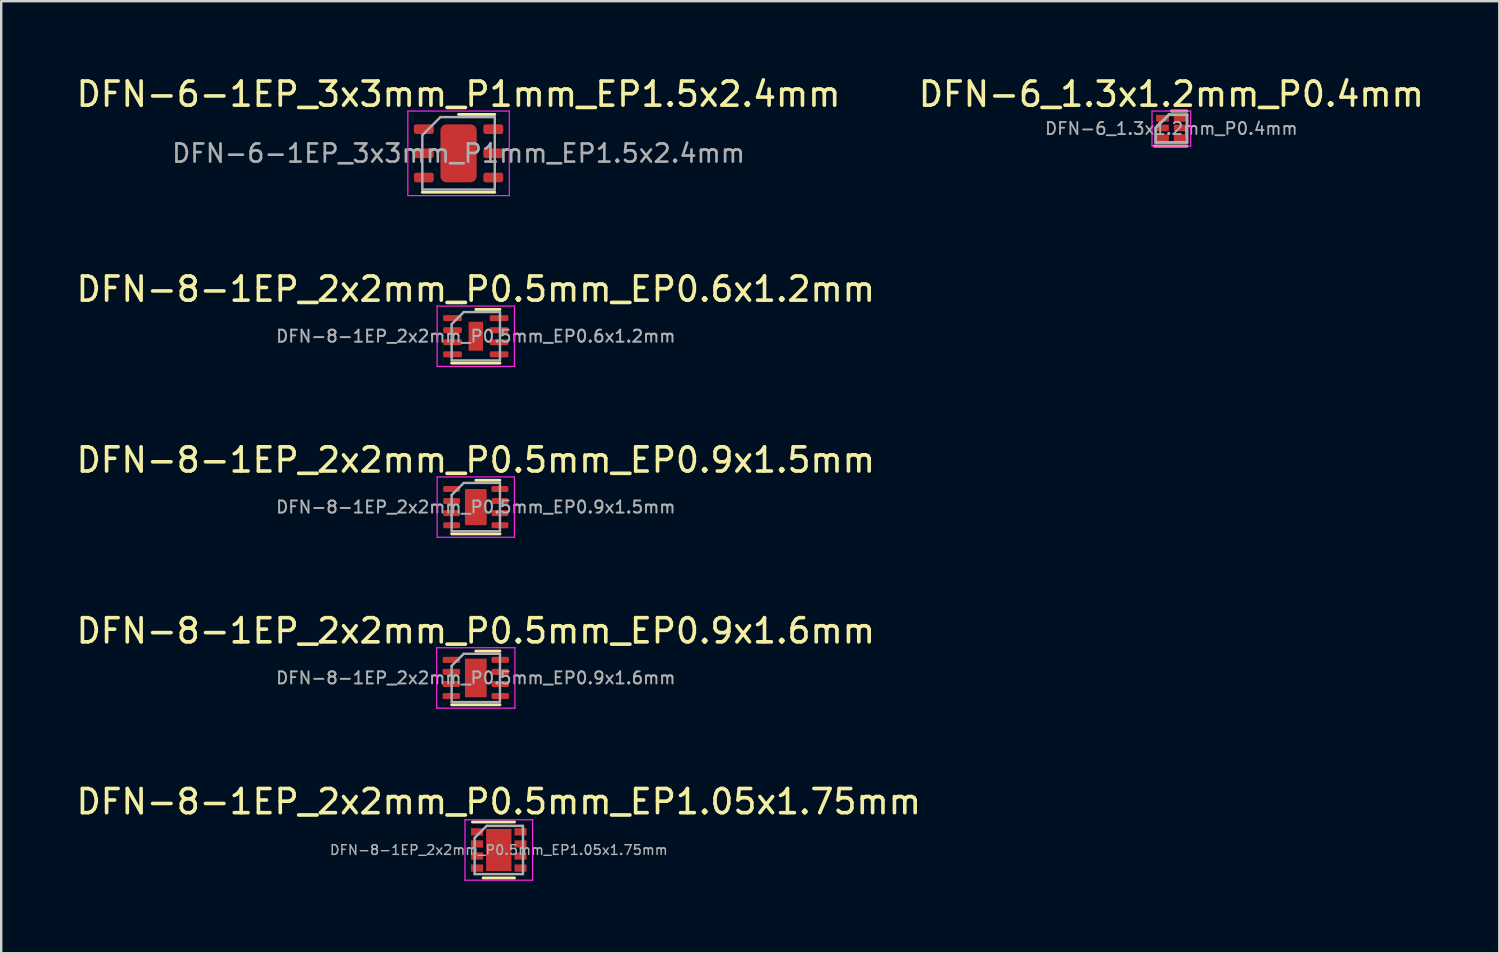
<source format=kicad_pcb>
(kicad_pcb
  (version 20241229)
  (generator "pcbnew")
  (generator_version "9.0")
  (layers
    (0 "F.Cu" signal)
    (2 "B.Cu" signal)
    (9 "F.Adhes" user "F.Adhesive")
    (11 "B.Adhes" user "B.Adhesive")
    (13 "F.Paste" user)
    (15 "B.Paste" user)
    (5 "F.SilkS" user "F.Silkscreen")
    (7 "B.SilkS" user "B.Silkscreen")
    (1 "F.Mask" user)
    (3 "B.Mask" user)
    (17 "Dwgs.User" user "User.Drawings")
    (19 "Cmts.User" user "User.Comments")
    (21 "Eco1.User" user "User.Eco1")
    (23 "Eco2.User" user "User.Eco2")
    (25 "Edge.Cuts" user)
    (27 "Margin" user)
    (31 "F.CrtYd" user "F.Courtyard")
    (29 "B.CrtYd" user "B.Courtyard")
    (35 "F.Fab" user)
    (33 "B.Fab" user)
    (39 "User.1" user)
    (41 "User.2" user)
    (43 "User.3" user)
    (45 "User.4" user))
  (footprint "DFN-8-1EP_2x2mm_P0.5mm_EP0.9x1.6mm"
    (layer "F.Cu")
    (at 16.649 25.018)
    (property "Reference" "DFN-8-1EP_2x2mm_P0.5mm_EP0.9x1.6mm" (at 0 -1.95 0) (layer "F.SilkS") (effects (font (size 1 1) (thickness 0.15))))
    (attr smd)
    (fp_line (start -1 1.11) (end 1 1.11) (stroke (width 0.12) (type solid)) (layer "F.SilkS"))
    (fp_line (start 0 -1.11) (end 1 -1.11) (stroke (width 0.12) (type solid)) (layer "F.SilkS"))
    (fp_line (start -1.62 -1.25) (end -1.62 1.25) (stroke (width 0.05) (type solid)) (layer "F.CrtYd"))
    (fp_line (start -1.62 1.25) (end 1.62 1.25) (stroke (width 0.05) (type solid)) (layer "F.CrtYd"))
    (fp_line (start 1.62 -1.25) (end -1.62 -1.25) (stroke (width 0.05) (type solid)) (layer "F.CrtYd"))
    (fp_line (start 1.62 1.25) (end 1.62 -1.25) (stroke (width 0.05) (type solid)) (layer "F.CrtYd"))
    (fp_line (start -1 -0.5) (end -0.5 -1) (stroke (width 0.1) (type solid)) (layer "F.Fab"))
    (fp_line (start -1 1) (end -1 -0.5) (stroke (width 0.1) (type solid)) (layer "F.Fab"))
    (fp_line (start -0.5 -1) (end 1 -1) (stroke (width 0.1) (type solid)) (layer "F.Fab"))
    (fp_line (start 1 -1) (end 1 1) (stroke (width 0.1) (type solid)) (layer "F.Fab"))
    (fp_line (start 1 1) (end -1 1) (stroke (width 0.1) (type solid)) (layer "F.Fab"))
    (fp_text user "${REFERENCE}" (at 0 0 0) (layer "F.Fab") (effects (font (size 0.5 0.5) (thickness 0.08))))
    (pad "" smd roundrect (at 0 0) (size 0.73 1.29) (layers "F.Paste") (roundrect_rratio 0.25))
    (pad "1" smd roundrect (at -1.012 -0.75) (size 0.725 0.25) (layers "F.Cu" "F.Mask" "F.Paste") (roundrect_rratio 0.25))
    (pad "2" smd roundrect (at -1.012 -0.25) (size 0.725 0.25) (layers "F.Cu" "F.Mask" "F.Paste") (roundrect_rratio 0.25))
    (pad "3" smd roundrect (at -1.012 0.25) (size 0.725 0.25) (layers "F.Cu" "F.Mask" "F.Paste") (roundrect_rratio 0.25))
    (pad "4" smd roundrect (at -1.012 0.75) (size 0.725 0.25) (layers "F.Cu" "F.Mask" "F.Paste") (roundrect_rratio 0.25))
    (pad "5" smd roundrect (at 1.012 0.75) (size 0.725 0.25) (layers "F.Cu" "F.Mask" "F.Paste") (roundrect_rratio 0.25))
    (pad "6" smd roundrect (at 1.012 0.25) (size 0.725 0.25) (layers "F.Cu" "F.Mask" "F.Paste") (roundrect_rratio 0.25))
    (pad "7" smd roundrect (at 1.012 -0.25) (size 0.725 0.25) (layers "F.Cu" "F.Mask" "F.Paste") (roundrect_rratio 0.25))
    (pad "8" smd roundrect (at 1.012 -0.75) (size 0.725 0.25) (layers "F.Cu" "F.Mask" "F.Paste") (roundrect_rratio 0.25))
    (pad "9" smd rect (at 0 0) (size 0.9 1.6) (layers "F.Cu" "F.Mask")))
  (footprint "DFN-8-1EP_2x2mm_P0.5mm_EP0.6x1.2mm"
    (layer "F.Cu")
    (at 16.649 10.871)
    (property "Reference" "DFN-8-1EP_2x2mm_P0.5mm_EP0.6x1.2mm" (at 0 -1.95 0) (layer "F.SilkS") (effects (font (size 1 1) (thickness 0.15))))
    (attr smd)
    (fp_line (start -1 1.11) (end 1 1.11) (stroke (width 0.12) (type solid)) (layer "F.SilkS"))
    (fp_line (start 0 -1.11) (end 1 -1.11) (stroke (width 0.12) (type solid)) (layer "F.SilkS"))
    (fp_line (start -1.6 -1.25) (end -1.6 1.25) (stroke (width 0.05) (type solid)) (layer "F.CrtYd"))
    (fp_line (start -1.6 1.25) (end 1.6 1.25) (stroke (width 0.05) (type solid)) (layer "F.CrtYd"))
    (fp_line (start 1.6 -1.25) (end -1.6 -1.25) (stroke (width 0.05) (type solid)) (layer "F.CrtYd"))
    (fp_line (start 1.6 1.25) (end 1.6 -1.25) (stroke (width 0.05) (type solid)) (layer "F.CrtYd"))
    (fp_line (start -1 -0.5) (end -0.5 -1) (stroke (width 0.1) (type solid)) (layer "F.Fab"))
    (fp_line (start -1 1) (end -1 -0.5) (stroke (width 0.1) (type solid)) (layer "F.Fab"))
    (fp_line (start -0.5 -1) (end 1 -1) (stroke (width 0.1) (type solid)) (layer "F.Fab"))
    (fp_line (start 1 -1) (end 1 1) (stroke (width 0.1) (type solid)) (layer "F.Fab"))
    (fp_line (start 1 1) (end -1 1) (stroke (width 0.1) (type solid)) (layer "F.Fab"))
    (fp_text user "${REFERENCE}" (at 0 0 0) (layer "F.Fab") (effects (font (size 0.5 0.5) (thickness 0.08))))
    (pad "" smd roundrect (at -0.15 -0.3) (size 0.24 0.48) (layers "F.Paste") (roundrect_rratio 0.25))
    (pad "" smd roundrect (at -0.15 0.3) (size 0.24 0.48) (layers "F.Paste") (roundrect_rratio 0.25))
    (pad "" smd roundrect (at 0.15 -0.3) (size 0.24 0.48) (layers "F.Paste") (roundrect_rratio 0.25))
    (pad "" smd roundrect (at 0.15 0.3) (size 0.24 0.48) (layers "F.Paste") (roundrect_rratio 0.25))
    (pad "1" smd roundrect (at -0.963 -0.75) (size 0.775 0.25) (layers "F.Cu" "F.Mask" "F.Paste") (roundrect_rratio 0.25))
    (pad "2" smd roundrect (at -0.963 -0.25) (size 0.775 0.25) (layers "F.Cu" "F.Mask" "F.Paste") (roundrect_rratio 0.25))
    (pad "3" smd roundrect (at -0.963 0.25) (size 0.775 0.25) (layers "F.Cu" "F.Mask" "F.Paste") (roundrect_rratio 0.25))
    (pad "4" smd roundrect (at -0.963 0.75) (size 0.775 0.25) (layers "F.Cu" "F.Mask" "F.Paste") (roundrect_rratio 0.25))
    (pad "5" smd roundrect (at 0.963 0.75) (size 0.775 0.25) (layers "F.Cu" "F.Mask" "F.Paste") (roundrect_rratio 0.25))
    (pad "6" smd roundrect (at 0.963 0.25) (size 0.775 0.25) (layers "F.Cu" "F.Mask" "F.Paste") (roundrect_rratio 0.25))
    (pad "7" smd roundrect (at 0.963 -0.25) (size 0.775 0.25) (layers "F.Cu" "F.Mask" "F.Paste") (roundrect_rratio 0.25))
    (pad "8" smd roundrect (at 0.963 -0.75) (size 0.775 0.25) (layers "F.Cu" "F.Mask" "F.Paste") (roundrect_rratio 0.25))
    (pad "9" smd rect (at 0 0) (size 0.6 1.2) (layers "F.Cu" "F.Mask")))
  (footprint "DFN-6_1.3x1.2mm_P0.4mm"
    (layer "F.Cu")
    (at 45.446 2.248)
    (property "Reference" "DFN-6_1.3x1.2mm_P0.4mm" (at 0 -1.4 0) (layer "F.SilkS") (effects (font (size 1 1) (thickness 0.15))))
    (attr smd)
    (fp_line (start -0.7 0.75) (end 0.65 0.75) (stroke (width 0.12) (type solid)) (layer "F.SilkS"))
    (fp_line (start 0 -0.7) (end 0.65 -0.7) (stroke (width 0.12) (type solid)) (layer "F.SilkS"))
    (fp_line (start -0.8 -0.7) (end -0.8 0.75) (stroke (width 0.05) (type solid)) (layer "F.CrtYd"))
    (fp_line (start -0.8 -0.7) (end 0.8 -0.7) (stroke (width 0.05) (type solid)) (layer "F.CrtYd"))
    (fp_line (start 0.8 0.75) (end -0.8 0.75) (stroke (width 0.05) (type solid)) (layer "F.CrtYd"))
    (fp_line (start 0.8 0.75) (end 0.8 -0.7) (stroke (width 0.05) (type solid)) (layer "F.CrtYd"))
    (fp_line (start -0.65 0) (end -0.65 0.6) (stroke (width 0.12) (type solid)) (layer "F.Fab"))
    (fp_line (start -0.65 0.6) (end 0.65 0.6) (stroke (width 0.12) (type solid)) (layer "F.Fab"))
    (fp_line (start -0.1 -0.55) (end -0.65 0) (stroke (width 0.12) (type solid)) (layer "F.Fab"))
    (fp_line (start 0.65 -0.55) (end -0.1 -0.55) (stroke (width 0.12) (type solid)) (layer "F.Fab"))
    (fp_line (start 0.65 0.6) (end 0.65 -0.55) (stroke (width 0.12) (type solid)) (layer "F.Fab"))
    (fp_text user "${REFERENCE}" (at 0 0.025 0) (layer "F.Fab") (effects (font (size 0.5 0.5) (thickness 0.075))))
    (pad "1" smd rect (at -0.368 -0.4) (size 0.53 0.28) (layers "F.Cu" "F.Mask" "F.Paste"))
    (pad "2" smd rect (at -0.368 0) (size 0.53 0.28) (layers "F.Cu" "F.Mask" "F.Paste"))
    (pad "3" smd rect (at -0.368 0.4) (size 0.53 0.28) (layers "F.Cu" "F.Mask" "F.Paste"))
    (pad "4" smd rect (at 0.368 0.4) (size 0.53 0.28) (layers "F.Cu" "F.Mask" "F.Paste"))
    (pad "5" smd rect (at 0.368 0) (size 0.53 0.28) (layers "F.Cu" "F.Mask" "F.Paste"))
    (pad "6" smd rect (at 0.368 -0.4) (size 0.53 0.28) (layers "F.Cu" "F.Mask" "F.Paste")))
  (footprint "DFN-8-1EP_2x2mm_P0.5mm_EP1.05x1.75mm"
    (layer "F.Cu")
    (at 17.601 32.141)
    (property "Reference" "DFN-8-1EP_2x2mm_P0.5mm_EP1.05x1.75mm" (at 0 -2 0) (layer "F.SilkS") (effects (font (size 1 1) (thickness 0.15))))
    (attr smd)
    (fp_line (start -1.09 -1.16) (end 0.65 -1.16) (stroke (width 0.12) (type solid)) (layer "F.SilkS"))
    (fp_line (start -0.65 1.16) (end 0.65 1.16) (stroke (width 0.12) (type solid)) (layer "F.SilkS"))
    (fp_line (start -1.4 -1.25) (end -1.4 1.25) (stroke (width 0.05) (type solid)) (layer "F.CrtYd"))
    (fp_line (start -1.4 -1.25) (end 1.4 -1.25) (stroke (width 0.05) (type solid)) (layer "F.CrtYd"))
    (fp_line (start -1.4 1.25) (end 1.4 1.25) (stroke (width 0.05) (type solid)) (layer "F.CrtYd"))
    (fp_line (start 1.4 -1.25) (end 1.4 1.25) (stroke (width 0.05) (type solid)) (layer "F.CrtYd"))
    (fp_line (start -1 -0.5) (end -0.5 -1) (stroke (width 0.1) (type solid)) (layer "F.Fab"))
    (fp_line (start -1 1) (end -1 -0.5) (stroke (width 0.1) (type solid)) (layer "F.Fab"))
    (fp_line (start -0.5 -1) (end 1 -1) (stroke (width 0.1) (type solid)) (layer "F.Fab"))
    (fp_line (start 1 -1) (end 1 1) (stroke (width 0.1) (type solid)) (layer "F.Fab"))
    (fp_line (start 1 1) (end -1 1) (stroke (width 0.1) (type solid)) (layer "F.Fab"))
    (fp_text user "${REFERENCE}" (at 0 0 0) (layer "F.Fab") (effects (font (size 0.4 0.4) (thickness 0.06))))
    (pad "" smd rect (at 0 -0.438) (size 0.85 0.65) (layers "F.Paste"))
    (pad "" smd rect (at 0 0.438) (size 0.85 0.65) (layers "F.Paste"))
    (pad "1" smd rect (at -0.9 -0.75) (size 0.5 0.3) (layers "F.Cu" "F.Mask" "F.Paste"))
    (pad "2" smd rect (at -0.9 -0.25) (size 0.5 0.3) (layers "F.Cu" "F.Mask" "F.Paste"))
    (pad "3" smd rect (at -0.9 0.25) (size 0.5 0.3) (layers "F.Cu" "F.Mask" "F.Paste"))
    (pad "4" smd rect (at -0.9 0.75) (size 0.5 0.3) (layers "F.Cu" "F.Mask" "F.Paste"))
    (pad "5" smd rect (at 0.9 0.75) (size 0.5 0.3) (layers "F.Cu" "F.Mask" "F.Paste"))
    (pad "6" smd rect (at 0.9 0.25) (size 0.5 0.3) (layers "F.Cu" "F.Mask" "F.Paste"))
    (pad "7" smd rect (at 0.9 -0.25) (size 0.5 0.3) (layers "F.Cu" "F.Mask" "F.Paste"))
    (pad "8" smd rect (at 0.9 -0.75) (size 0.5 0.3) (layers "F.Cu" "F.Mask" "F.Paste"))
    (pad "9" smd rect (at 0 0) (size 1.05 1.75) (layers "F.Cu" "F.Mask")))
  (footprint "DFN-8-1EP_2x2mm_P0.5mm_EP0.9x1.5mm"
    (layer "F.Cu")
    (at 16.649 17.945)
    (property "Reference" "DFN-8-1EP_2x2mm_P0.5mm_EP0.9x1.5mm" (at 0 -1.95 0) (layer "F.SilkS") (effects (font (size 1 1) (thickness 0.15))))
    (attr smd)
    (fp_line (start -1 1.11) (end 1 1.11) (stroke (width 0.12) (type solid)) (layer "F.SilkS"))
    (fp_line (start 0 -1.11) (end 1 -1.11) (stroke (width 0.12) (type solid)) (layer "F.SilkS"))
    (fp_line (start -1.6 -1.25) (end -1.6 1.25) (stroke (width 0.05) (type solid)) (layer "F.CrtYd"))
    (fp_line (start -1.6 1.25) (end 1.6 1.25) (stroke (width 0.05) (type solid)) (layer "F.CrtYd"))
    (fp_line (start 1.6 -1.25) (end -1.6 -1.25) (stroke (width 0.05) (type solid)) (layer "F.CrtYd"))
    (fp_line (start 1.6 1.25) (end 1.6 -1.25) (stroke (width 0.05) (type solid)) (layer "F.CrtYd"))
    (fp_line (start -1 -0.5) (end -0.5 -1) (stroke (width 0.1) (type solid)) (layer "F.Fab"))
    (fp_line (start -1 1) (end -1 -0.5) (stroke (width 0.1) (type solid)) (layer "F.Fab"))
    (fp_line (start -0.5 -1) (end 1 -1) (stroke (width 0.1) (type solid)) (layer "F.Fab"))
    (fp_line (start 1 -1) (end 1 1) (stroke (width 0.1) (type solid)) (layer "F.Fab"))
    (fp_line (start 1 1) (end -1 1) (stroke (width 0.1) (type solid)) (layer "F.Fab"))
    (fp_text user "${REFERENCE}" (at 0 0 0) (layer "F.Fab") (effects (font (size 0.5 0.5) (thickness 0.08))))
    (pad "" smd roundrect (at -0.225 -0.375) (size 0.36 0.6) (layers "F.Paste") (roundrect_rratio 0.25))
    (pad "" smd roundrect (at -0.225 0.375) (size 0.36 0.6) (layers "F.Paste") (roundrect_rratio 0.25))
    (pad "" smd roundrect (at 0.225 -0.375) (size 0.36 0.6) (layers "F.Paste") (roundrect_rratio 0.25))
    (pad "" smd roundrect (at 0.225 0.375) (size 0.36 0.6) (layers "F.Paste") (roundrect_rratio 0.25))
    (pad "1" smd roundrect (at -1 -0.75) (size 0.7 0.25) (layers "F.Cu" "F.Mask" "F.Paste") (roundrect_rratio 0.25))
    (pad "2" smd roundrect (at -1 -0.25) (size 0.7 0.25) (layers "F.Cu" "F.Mask" "F.Paste") (roundrect_rratio 0.25))
    (pad "3" smd roundrect (at -1 0.25) (size 0.7 0.25) (layers "F.Cu" "F.Mask" "F.Paste") (roundrect_rratio 0.25))
    (pad "4" smd roundrect (at -1 0.75) (size 0.7 0.25) (layers "F.Cu" "F.Mask" "F.Paste") (roundrect_rratio 0.25))
    (pad "5" smd roundrect (at 1 0.75) (size 0.7 0.25) (layers "F.Cu" "F.Mask" "F.Paste") (roundrect_rratio 0.25))
    (pad "6" smd roundrect (at 1 0.25) (size 0.7 0.25) (layers "F.Cu" "F.Mask" "F.Paste") (roundrect_rratio 0.25))
    (pad "7" smd roundrect (at 1 -0.25) (size 0.7 0.25) (layers "F.Cu" "F.Mask" "F.Paste") (roundrect_rratio 0.25))
    (pad "8" smd roundrect (at 1 -0.75) (size 0.7 0.25) (layers "F.Cu" "F.Mask" "F.Paste") (roundrect_rratio 0.25))
    (pad "9" smd roundrect (at 0 0) (size 0.9 1.5) (layers "F.Cu" "F.Mask") (roundrect_rratio 0.069)))
  (footprint "DFN-6-1EP_3x3mm_P1mm_EP1.5x2.4mm"
    (layer "F.Cu")
    (at 15.935 3.298)
    (property "Reference" "DFN-6-1EP_3x3mm_P1mm_EP1.5x2.4mm" (at 0 -2.45 0) (layer "F.SilkS") (effects (font (size 1 1) (thickness 0.15))))
    (attr smd)
    (fp_line (start -1.5 1.61) (end 1.5 1.61) (stroke (width 0.12) (type solid)) (layer "F.SilkS"))
    (fp_line (start 0 -1.61) (end 1.5 -1.61) (stroke (width 0.12) (type solid)) (layer "F.SilkS"))
    (fp_line (start -2.1 -1.75) (end -2.1 1.75) (stroke (width 0.05) (type solid)) (layer "F.CrtYd"))
    (fp_line (start -2.1 1.75) (end 2.1 1.75) (stroke (width 0.05) (type solid)) (layer "F.CrtYd"))
    (fp_line (start 2.1 -1.75) (end -2.1 -1.75) (stroke (width 0.05) (type solid)) (layer "F.CrtYd"))
    (fp_line (start 2.1 1.75) (end 2.1 -1.75) (stroke (width 0.05) (type solid)) (layer "F.CrtYd"))
    (fp_line (start -1.5 -0.75) (end -0.75 -1.5) (stroke (width 0.1) (type solid)) (layer "F.Fab"))
    (fp_line (start -1.5 1.5) (end -1.5 -0.75) (stroke (width 0.1) (type solid)) (layer "F.Fab"))
    (fp_line (start -0.75 -1.5) (end 1.5 -1.5) (stroke (width 0.1) (type solid)) (layer "F.Fab"))
    (fp_line (start 1.5 -1.5) (end 1.5 1.5) (stroke (width 0.1) (type solid)) (layer "F.Fab"))
    (fp_line (start 1.5 1.5) (end -1.5 1.5) (stroke (width 0.1) (type solid)) (layer "F.Fab"))
    (fp_text user "${REFERENCE}" (at 0 0 0) (layer "F.Fab") (effects (font (size 0.75 0.75) (thickness 0.11))))
    (pad "" smd roundrect (at -0.375 -0.6) (size 0.6 0.97) (layers "F.Paste") (roundrect_rratio 0.25))
    (pad "" smd roundrect (at -0.375 0.6) (size 0.6 0.97) (layers "F.Paste") (roundrect_rratio 0.25))
    (pad "" smd roundrect (at 0.375 -0.6) (size 0.6 0.97) (layers "F.Paste") (roundrect_rratio 0.25))
    (pad "" smd roundrect (at 0.375 0.6) (size 0.6 0.97) (layers "F.Paste") (roundrect_rratio 0.25))
    (pad "1" smd roundrect (at -1.438 -1) (size 0.825 0.4) (layers "F.Cu" "F.Mask" "F.Paste") (roundrect_rratio 0.25))
    (pad "2" smd roundrect (at -1.438 0) (size 0.825 0.4) (layers "F.Cu" "F.Mask" "F.Paste") (roundrect_rratio 0.25))
    (pad "3" smd roundrect (at -1.438 1) (size 0.825 0.4) (layers "F.Cu" "F.Mask" "F.Paste") (roundrect_rratio 0.25))
    (pad "4" smd roundrect (at 1.438 1) (size 0.825 0.4) (layers "F.Cu" "F.Mask" "F.Paste") (roundrect_rratio 0.25))
    (pad "5" smd roundrect (at 1.438 0) (size 0.825 0.4) (layers "F.Cu" "F.Mask" "F.Paste") (roundrect_rratio 0.25))
    (pad "6" smd roundrect (at 1.438 -1) (size 0.825 0.4) (layers "F.Cu" "F.Mask" "F.Paste") (roundrect_rratio 0.25))
    (pad "7" smd roundrect (at 0 0) (size 1.5 2.4) (layers "F.Cu" "F.Mask") (roundrect_rratio 0.167)))
  (gr_rect
    (start -3 -3)
    (end 59.024 36.416)
    (stroke (width 0.1) (type default))
    (fill no)
    (layer "Edge.Cuts")))
</source>
